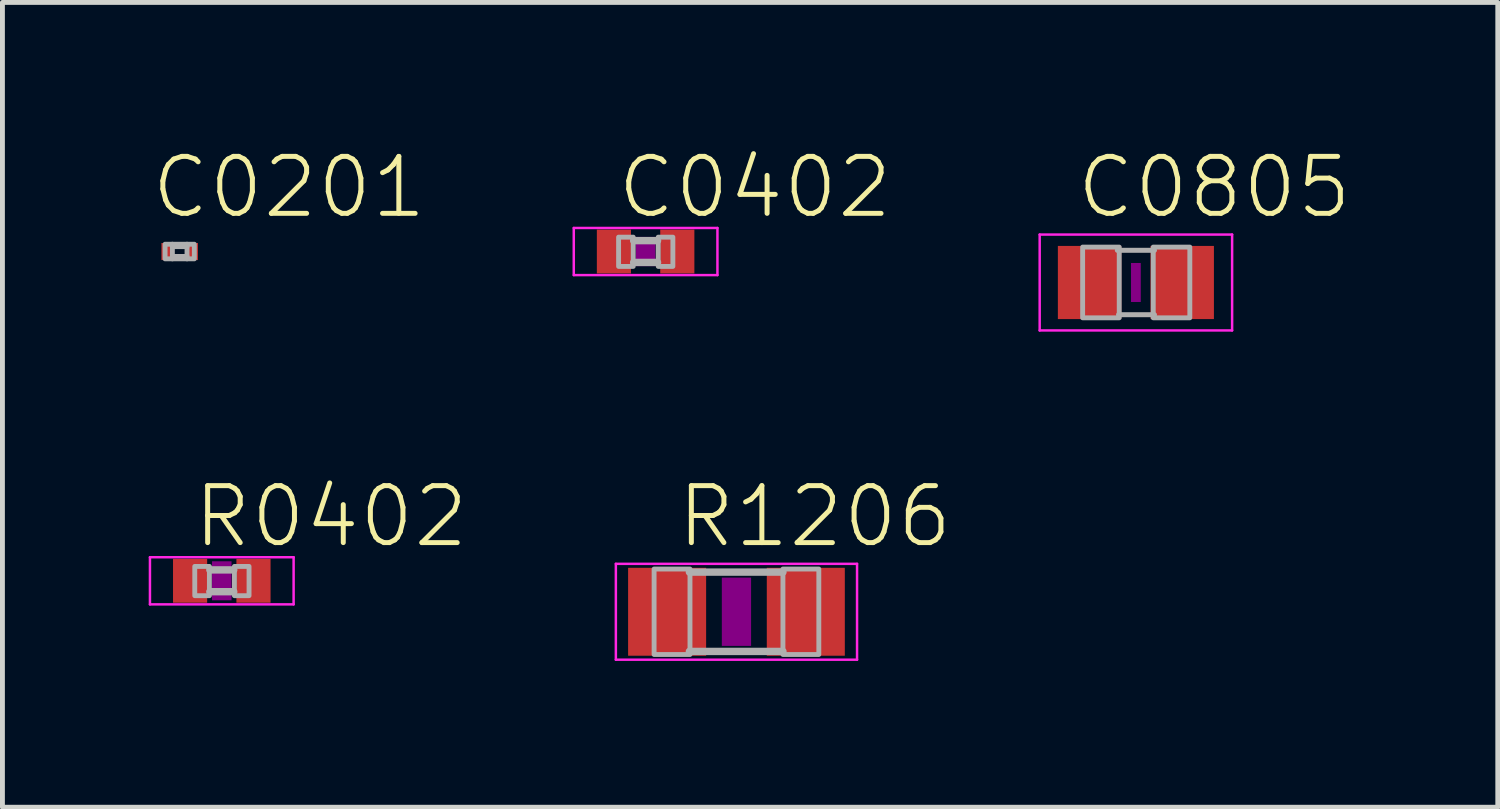
<source format=kicad_pcb>
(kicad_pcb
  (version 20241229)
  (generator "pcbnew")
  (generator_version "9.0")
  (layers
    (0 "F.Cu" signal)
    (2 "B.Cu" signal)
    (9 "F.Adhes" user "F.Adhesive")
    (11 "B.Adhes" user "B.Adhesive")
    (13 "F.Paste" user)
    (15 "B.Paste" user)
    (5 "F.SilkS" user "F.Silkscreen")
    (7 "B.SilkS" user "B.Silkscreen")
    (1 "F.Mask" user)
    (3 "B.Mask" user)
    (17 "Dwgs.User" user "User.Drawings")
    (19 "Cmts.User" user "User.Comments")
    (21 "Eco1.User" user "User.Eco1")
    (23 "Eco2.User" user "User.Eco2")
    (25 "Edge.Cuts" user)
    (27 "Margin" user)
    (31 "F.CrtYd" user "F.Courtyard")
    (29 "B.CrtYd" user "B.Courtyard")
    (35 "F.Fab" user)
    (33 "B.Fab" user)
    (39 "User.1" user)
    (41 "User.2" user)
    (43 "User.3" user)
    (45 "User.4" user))
  (footprint "C0402"
    (layer "F.Cu")
    (at 10.189 2.108)
    (property "Reference" "C0402" (at -0.635 -0.635 0) (layer "F.SilkS") (effects (font (size 1.168 1.168) (thickness 0.102)) (justify left bottom)))
    (fp_poly (pts (xy -0.2 0.3) (xy 0.2 0.3) (xy 0.2 -0.3) (xy -0.2 -0.3)) (stroke (width 0) (type default)) (fill yes) (layer "F.Adhes"))
    (fp_line (start -1.473 -0.483) (end 1.473 -0.483) (stroke (width 0.051) (type solid)) (layer "F.CrtYd"))
    (fp_line (start -1.473 0.483) (end -1.473 -0.483) (stroke (width 0.051) (type solid)) (layer "F.CrtYd"))
    (fp_line (start 1.473 -0.483) (end 1.473 0.483) (stroke (width 0.051) (type solid)) (layer "F.CrtYd"))
    (fp_line (start 1.473 0.483) (end -1.473 0.483) (stroke (width 0.051) (type solid)) (layer "F.CrtYd"))
    (fp_line (start -0.245 -0.224) (end 0.245 -0.224) (stroke (width 0.152) (type solid)) (layer "F.Fab"))
    (fp_line (start 0.245 0.224) (end -0.245 0.224) (stroke (width 0.152) (type solid)) (layer "F.Fab"))
    (fp_poly (pts (xy -0.554 0.305) (xy -0.254 0.305) (xy -0.254 -0.295) (xy -0.554 -0.295)) (stroke (width 0.1) (type default)) (fill no) (layer "F.Fab"))
    (fp_poly (pts (xy 0.259 0.305) (xy 0.559 0.305) (xy 0.559 -0.295) (xy 0.259 -0.295)) (stroke (width 0.1) (type default)) (fill no) (layer "F.Fab"))
    (pad "1" smd rect (at -0.65 0) (size 0.7 0.9) (layers "F.Cu" "F.Mask" "F.Paste"))
    (pad "2" smd rect (at 0.65 0) (size 0.7 0.9) (layers "F.Cu" "F.Mask" "F.Paste")))
  (footprint "C0805"
    (layer "F.Cu")
    (at 20.243 2.743)
    (property "Reference" "C0805" (at -1.27 -1.27 0) (layer "F.SilkS") (effects (font (size 1.168 1.168) (thickness 0.102)) (justify left bottom)))
    (fp_poly (pts (xy -0.1 0.4) (xy 0.1 0.4) (xy 0.1 -0.4) (xy -0.1 -0.4)) (stroke (width 0) (type default)) (fill yes) (layer "F.Adhes"))
    (fp_line (start -1.973 -0.983) (end 1.973 -0.983) (stroke (width 0.051) (type solid)) (layer "F.CrtYd"))
    (fp_line (start -1.973 0.983) (end -1.973 -0.983) (stroke (width 0.051) (type solid)) (layer "F.CrtYd"))
    (fp_line (start 1.973 -0.983) (end 1.973 0.983) (stroke (width 0.051) (type solid)) (layer "F.CrtYd"))
    (fp_line (start 1.973 0.983) (end -1.973 0.983) (stroke (width 0.051) (type solid)) (layer "F.CrtYd"))
    (fp_line (start -0.381 -0.66) (end 0.381 -0.66) (stroke (width 0.102) (type solid)) (layer "F.Fab"))
    (fp_line (start -0.356 0.66) (end 0.381 0.66) (stroke (width 0.102) (type solid)) (layer "F.Fab"))
    (fp_poly (pts (xy -1.092 0.724) (xy -0.342 0.724) (xy -0.342 -0.726) (xy -1.092 -0.726)) (stroke (width 0.1) (type default)) (fill no) (layer "F.Fab"))
    (fp_poly (pts (xy 0.356 0.724) (xy 1.106 0.724) (xy 1.106 -0.726) (xy 0.356 -0.726)) (stroke (width 0.1) (type default)) (fill no) (layer "F.Fab"))
    (pad "1" smd rect (at -0.95 0) (size 1.3 1.5) (layers "F.Cu" "F.Mask" "F.Paste"))
    (pad "2" smd rect (at 0.95 0) (size 1.3 1.5) (layers "F.Cu" "F.Mask" "F.Paste")))
  (footprint "C0201"
    (layer "F.Cu")
    (at 0.635 2.108)
    (property "Reference" "C0201" (at -0.635 -0.635 0) (layer "F.SilkS") (effects (font (size 1.168 1.168) (thickness 0.102)) (justify left bottom)))
    (fp_poly (pts (xy -0.3 0.15) (xy -0.15 0.15) (xy -0.15 -0.15) (xy -0.3 -0.15)) (stroke (width 0.1) (type default)) (fill no) (layer "F.Fab"))
    (fp_poly (pts (xy -0.15 -0.1) (xy 0.15 -0.1) (xy 0.15 -0.15) (xy -0.15 -0.15)) (stroke (width 0.1) (type default)) (fill no) (layer "F.Fab"))
    (fp_poly (pts (xy -0.15 0.15) (xy 0.15 0.15) (xy 0.15 0.1) (xy -0.15 0.1)) (stroke (width 0.1) (type default)) (fill no) (layer "F.Fab"))
    (fp_poly (pts (xy 0.15 0.15) (xy 0.3 0.15) (xy 0.3 -0.15) (xy 0.15 -0.15)) (stroke (width 0.1) (type default)) (fill no) (layer "F.Fab"))
    (pad "1" smd rect (at -0.25 0) (size 0.25 0.35) (layers "F.Cu" "F.Mask" "F.Paste"))
    (pad "2" smd rect (at 0.25 0) (size 0.25 0.35) (layers "F.Cu" "F.Mask" "F.Paste")))
  (footprint "R1206"
    (layer "F.Cu")
    (at 12.052 9.495)
    (property "Reference" "R1206" (at -1.27 -1.27 0) (layer "F.SilkS") (effects (font (size 1.168 1.168) (thickness 0.102)) (justify left bottom)))
    (fp_poly (pts (xy -0.3 0.7) (xy 0.3 0.7) (xy 0.3 -0.7) (xy -0.3 -0.7)) (stroke (width 0) (type default)) (fill yes) (layer "F.Adhes"))
    (fp_line (start -2.473 -0.983) (end 2.473 -0.983) (stroke (width 0.051) (type solid)) (layer "F.CrtYd"))
    (fp_line (start -2.473 0.983) (end -2.473 -0.983) (stroke (width 0.051) (type solid)) (layer "F.CrtYd"))
    (fp_line (start 2.473 -0.983) (end 2.473 0.983) (stroke (width 0.051) (type solid)) (layer "F.CrtYd"))
    (fp_line (start 2.473 0.983) (end -2.473 0.983) (stroke (width 0.051) (type solid)) (layer "F.CrtYd"))
    (fp_line (start 0.953 -0.813) (end -0.965 -0.813) (stroke (width 0.152) (type solid)) (layer "F.Fab"))
    (fp_line (start 0.953 0.813) (end -0.965 0.813) (stroke (width 0.152) (type solid)) (layer "F.Fab"))
    (fp_poly (pts (xy -1.689 0.876) (xy -0.953 0.876) (xy -0.953 -0.876) (xy -1.689 -0.876)) (stroke (width 0.1) (type default)) (fill no) (layer "F.Fab"))
    (fp_poly (pts (xy 0.953 0.876) (xy 1.689 0.876) (xy 1.689 -0.876) (xy 0.953 -0.876)) (stroke (width 0.1) (type default)) (fill no) (layer "F.Fab"))
    (pad "1" smd rect (at -1.422 0) (size 1.6 1.803) (layers "F.Cu" "F.Mask" "F.Paste"))
    (pad "2" smd rect (at 1.422 0) (size 1.6 1.803) (layers "F.Cu" "F.Mask" "F.Paste")))
  (footprint "R0402"
    (layer "F.Cu")
    (at 1.498 8.86)
    (property "Reference" "R0402" (at -0.635 -0.635 0) (layer "F.SilkS") (effects (font (size 1.168 1.168) (thickness 0.102)) (justify left bottom)))
    (fp_poly (pts (xy -0.2 0.4) (xy 0.2 0.4) (xy 0.2 -0.4) (xy -0.2 -0.4)) (stroke (width 0) (type default)) (fill yes) (layer "F.Adhes"))
    (fp_line (start -1.473 -0.483) (end 1.473 -0.483) (stroke (width 0.051) (type solid)) (layer "F.CrtYd"))
    (fp_line (start -1.473 0.483) (end -1.473 -0.483) (stroke (width 0.051) (type solid)) (layer "F.CrtYd"))
    (fp_line (start 1.473 -0.483) (end 1.473 0.483) (stroke (width 0.051) (type solid)) (layer "F.CrtYd"))
    (fp_line (start 1.473 0.483) (end -1.473 0.483) (stroke (width 0.051) (type solid)) (layer "F.CrtYd"))
    (fp_line (start -0.245 -0.224) (end 0.245 -0.224) (stroke (width 0.152) (type solid)) (layer "F.Fab"))
    (fp_line (start 0.245 0.224) (end -0.245 0.224) (stroke (width 0.152) (type solid)) (layer "F.Fab"))
    (fp_poly (pts (xy -0.554 0.305) (xy -0.254 0.305) (xy -0.254 -0.295) (xy -0.554 -0.295)) (stroke (width 0.1) (type default)) (fill no) (layer "F.Fab"))
    (fp_poly (pts (xy 0.259 0.305) (xy 0.559 0.305) (xy 0.559 -0.295) (xy 0.259 -0.295)) (stroke (width 0.1) (type default)) (fill no) (layer "F.Fab"))
    (pad "1" smd rect (at -0.65 0) (size 0.7 0.9) (layers "F.Cu" "F.Mask" "F.Paste"))
    (pad "2" smd rect (at 0.65 0) (size 0.7 0.9) (layers "F.Cu" "F.Mask" "F.Paste")))
  (gr_rect
    (start -3 -3)
    (end 27.664 13.503)
    (stroke (width 0.1) (type default))
    (fill no)
    (layer "Edge.Cuts")))
</source>
